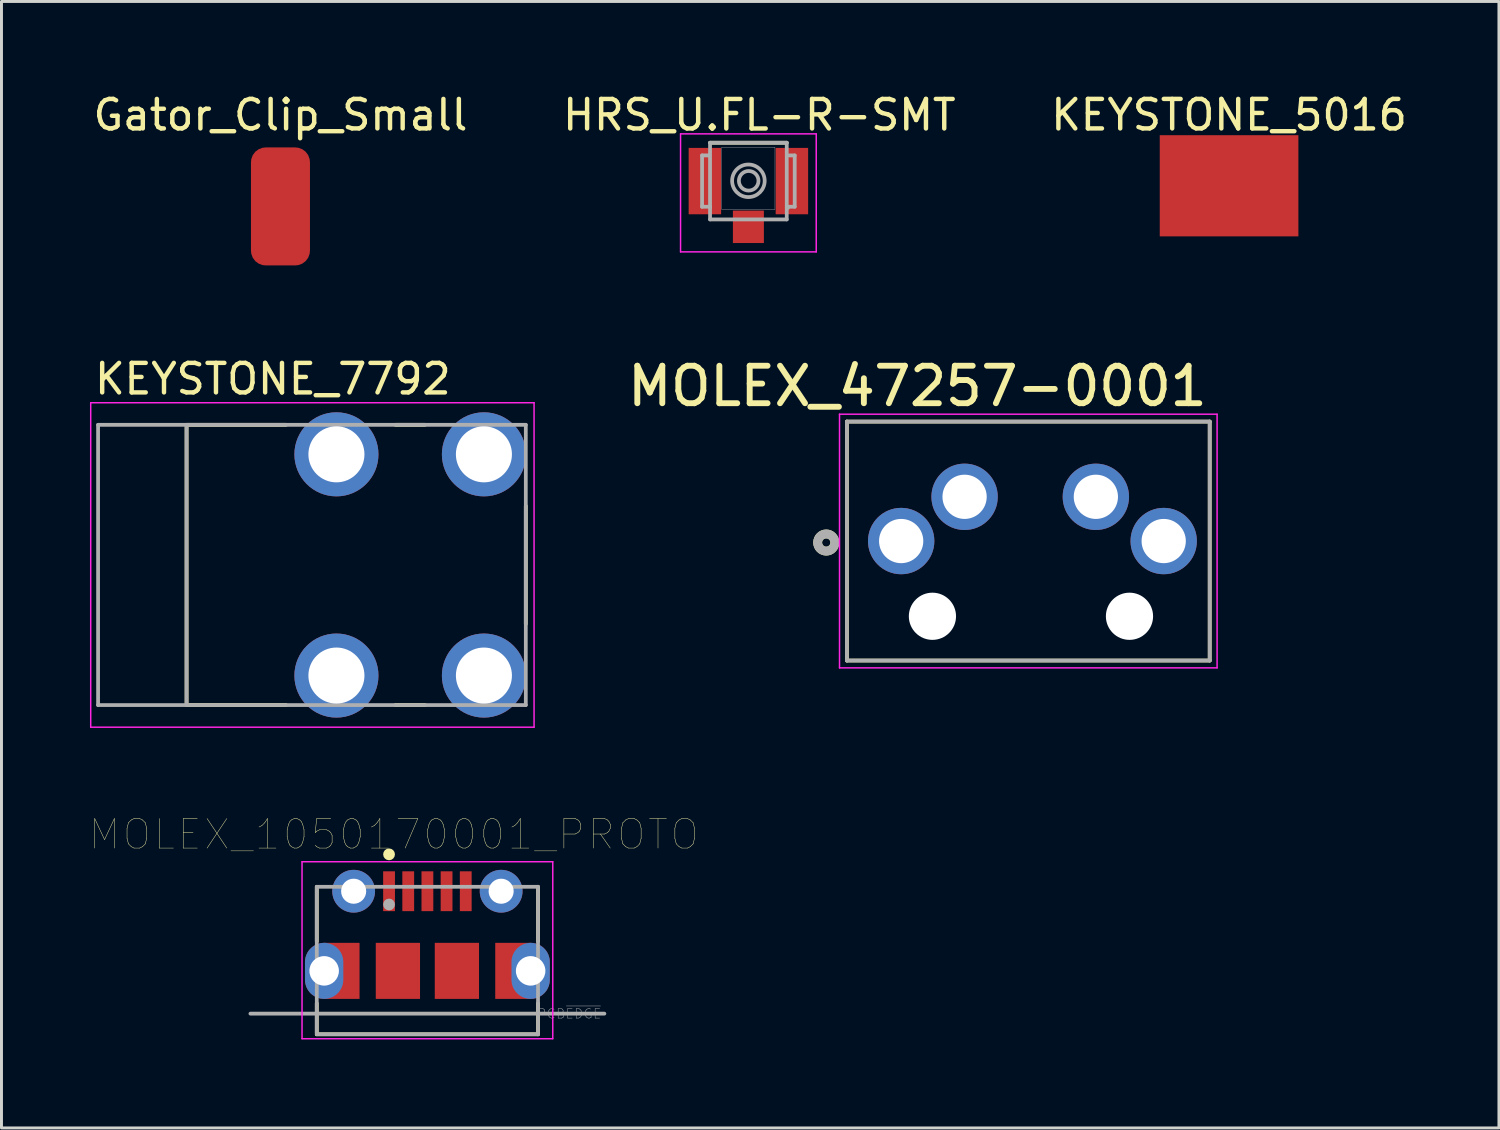
<source format=kicad_pcb>
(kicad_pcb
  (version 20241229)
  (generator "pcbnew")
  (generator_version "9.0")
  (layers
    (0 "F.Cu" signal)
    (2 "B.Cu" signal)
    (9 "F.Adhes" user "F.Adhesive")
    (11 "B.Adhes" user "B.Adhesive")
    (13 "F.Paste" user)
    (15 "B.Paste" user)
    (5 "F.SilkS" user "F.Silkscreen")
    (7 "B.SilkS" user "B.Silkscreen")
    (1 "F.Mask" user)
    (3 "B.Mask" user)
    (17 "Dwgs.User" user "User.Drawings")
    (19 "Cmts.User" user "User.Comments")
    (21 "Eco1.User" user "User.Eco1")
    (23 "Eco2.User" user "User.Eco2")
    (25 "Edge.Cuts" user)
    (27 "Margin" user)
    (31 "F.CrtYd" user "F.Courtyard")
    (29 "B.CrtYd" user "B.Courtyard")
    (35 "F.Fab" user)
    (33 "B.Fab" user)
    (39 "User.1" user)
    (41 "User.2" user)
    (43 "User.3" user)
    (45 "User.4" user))
  (footprint "MOLEX_47257-0001"
    (layer "F.Cu")
    (at 27.5 15.292)
    (property "Reference" "MOLEX_47257-0001" (at 0.55 -5.25 0) (layer "F.SilkS") (effects (font (size 1.27 1.27) (thickness 0.2))))
    (attr through_hole)
    (fp_line (start -1.84 -4.05) (end -1.84 4.05) (stroke (width 0.127) (type solid)) (layer "F.SilkS"))
    (fp_line (start -1.84 4.05) (end 10.46 4.05) (stroke (width 0.127) (type solid)) (layer "F.SilkS"))
    (fp_line (start 10.46 -4.05) (end -1.84 -4.05) (stroke (width 0.127) (type solid)) (layer "F.SilkS"))
    (fp_line (start 10.46 4.05) (end 10.46 -4.05) (stroke (width 0.127) (type solid)) (layer "F.SilkS"))
    (fp_circle (center -2.54 0.05) (end -2.399 0.05) (stroke (width 0.3) (type solid)) (fill no) (layer "F.SilkS"))
    (fp_line (start -2.09 -4.3) (end 10.71 -4.3) (stroke (width 0.05) (type solid)) (layer "F.CrtYd"))
    (fp_line (start -2.09 4.3) (end -2.09 -4.3) (stroke (width 0.05) (type solid)) (layer "F.CrtYd"))
    (fp_line (start 10.71 -4.3) (end 10.71 4.3) (stroke (width 0.05) (type solid)) (layer "F.CrtYd"))
    (fp_line (start 10.71 4.3) (end -2.09 4.3) (stroke (width 0.05) (type solid)) (layer "F.CrtYd"))
    (fp_line (start -1.84 -4.05) (end -1.84 4.05) (stroke (width 0.127) (type solid)) (layer "F.Fab"))
    (fp_line (start -1.84 4.05) (end 10.46 4.05) (stroke (width 0.127) (type solid)) (layer "F.Fab"))
    (fp_line (start 10.46 -4.05) (end -1.84 -4.05) (stroke (width 0.127) (type solid)) (layer "F.Fab"))
    (fp_line (start 10.46 4.05) (end 10.46 -4.05) (stroke (width 0.127) (type solid)) (layer "F.Fab"))
    (fp_circle (center -2.54 0.05) (end -2.399 0.05) (stroke (width 0.3) (type solid)) (fill no) (layer "F.Fab"))
    (pad "" np_thru_hole circle (at 1.06 2.55) (size 1.6 1.6) (drill 1.6) (layers "*.Cu" "*.Mask"))
    (pad "" np_thru_hole circle (at 7.74 2.55) (size 1.6 1.6) (drill 1.6) (layers "*.Cu" "*.Mask"))
    (pad "1" thru_hole circle (at 0 0) (size 2.25 2.25) (drill 1.5) (layers "*.Cu" "*.Mask"))
    (pad "2" thru_hole circle (at 8.9 0) (size 2.25 2.25) (drill 1.5) (layers "*.Cu" "*.Mask"))
    (pad "3" thru_hole circle (at 2.15 -1.5) (size 2.25 2.25) (drill 1.5) (layers "*.Cu" "*.Mask"))
    (pad "4" thru_hole circle (at 6.6 -1.5) (size 2.25 2.25) (drill 1.5) (layers "*.Cu" "*.Mask")))
  (footprint "HRS_U.FL-R-SMT"
    (layer "F.Cu")
    (at 22.321 3.089)
    (property "Reference" "HRS_U.FL-R-SMT" (at 0.371 -2.24 0) (layer "F.SilkS") (effects (font (size 1.001 1.001) (thickness 0.15))))
    (attr through_hole)
    (fp_line (start 1.3 -1.3) (end -1.3 -1.3) (stroke (width 0.127) (type solid)) (layer "F.SilkS"))
    (fp_poly (pts (xy -0.903 -1.15) (xy 0.9 -1.15) (xy 0.9 0.963) (xy -0.903 0.963)) (stroke (width 0.01) (type solid)) (fill no) (layer "Dwgs.User"))
    (fp_line (start -2.3 -1.6) (end -2.3 2.4) (stroke (width 0.05) (type solid)) (layer "F.CrtYd"))
    (fp_line (start -2.3 2.4) (end 2.3 2.4) (stroke (width 0.05) (type solid)) (layer "F.CrtYd"))
    (fp_line (start 2.3 -1.6) (end -2.3 -1.6) (stroke (width 0.05) (type solid)) (layer "F.CrtYd"))
    (fp_line (start 2.3 2.4) (end 2.3 -1.6) (stroke (width 0.05) (type solid)) (layer "F.CrtYd"))
    (fp_line (start -1.57 -0.87) (end -1.57 0.87) (stroke (width 0.127) (type solid)) (layer "F.Fab"))
    (fp_line (start -1.57 -0.87) (end -1.33 -0.87) (stroke (width 0.127) (type solid)) (layer "F.Fab"))
    (fp_line (start -1.57 0.87) (end -1.3 0.87) (stroke (width 0.127) (type solid)) (layer "F.Fab"))
    (fp_line (start -1.33 -0.87) (end -1.33 -0.88) (stroke (width 0.127) (type solid)) (layer "F.Fab"))
    (fp_line (start -1.3 -1.3) (end 1.3 -1.3) (stroke (width 0.127) (type solid)) (layer "F.Fab"))
    (fp_line (start -1.3 0.87) (end -1.3 -1.3) (stroke (width 0.127) (type solid)) (layer "F.Fab"))
    (fp_line (start -1.3 1.3) (end -1.3 0.87) (stroke (width 0.127) (type solid)) (layer "F.Fab"))
    (fp_line (start -1.3 1.3) (end 1.3 1.3) (stroke (width 0.127) (type solid)) (layer "F.Fab"))
    (fp_line (start 1.3 -1.3) (end 1.3 1.3) (stroke (width 0.127) (type solid)) (layer "F.Fab"))
    (fp_line (start 1.34 0.9) (end 1.34 0.91) (stroke (width 0.127) (type solid)) (layer "F.Fab"))
    (fp_line (start 1.38 -0.87) (end 1.57 -0.87) (stroke (width 0.127) (type solid)) (layer "F.Fab"))
    (fp_line (start 1.57 -0.87) (end 1.57 0.87) (stroke (width 0.127) (type solid)) (layer "F.Fab"))
    (fp_line (start 1.57 0.87) (end 1.34 0.87) (stroke (width 0.127) (type solid)) (layer "F.Fab"))
    (fp_circle (center 0 -0.01) (end 0.552 -0.01) (stroke (width 0.127) (type solid)) (fill no) (layer "F.Fab"))
    (fp_circle (center 0.01 -0.01) (end 0.342 -0.01) (stroke (width 0.127) (type solid)) (fill no) (layer "F.Fab"))
    (pad "1" smd rect (at -1.475 0) (size 1.1 2.25) (layers "F.Cu" "F.Mask" "F.Paste"))
    (pad "1" smd rect (at 1.475 0) (size 1.1 2.25) (layers "F.Cu" "F.Mask" "F.Paste"))
    (pad "3" smd rect (at 0 1.55) (size 1.05 1.1) (layers "F.Cu" "F.Mask" "F.Paste")))
  (footprint "Gator_Clip_Small"
    (layer "F.Cu")
    (at 6.458 3.948)
    (property "Reference" "Gator_Clip_Small" (at 0 -3.1 0) (layer "F.SilkS") (effects (font (size 1 1) (thickness 0.15))))
    (attr through_hole)
    (pad "1" smd roundrect (at 0 0) (size 2 4) (layers "F.Cu" "F.Mask" "F.Paste") (roundrect_rratio 0.25)))
  (footprint "KEYSTONE_5016"
    (layer "F.Cu")
    (at 38.616 3.248)
    (property "Reference" "KEYSTONE_5016" (at 0 -2.4 0) (layer "F.SilkS") (effects (font (size 1 1) (thickness 0.15))))
    (attr through_hole)
    (pad "1" smd rect (at 0 0) (size 4.7 3.43) (layers "F.Cu" "F.Mask" "F.Paste")))
  (footprint "KEYSTONE_7792"
    (layer "F.Cu")
    (at 10.855 16.102)
    (property "Reference" "KEYSTONE_7792" (at -4.655 -6.305 0) (layer "F.SilkS") (effects (font (size 1 1) (thickness 0.15))))
    (attr through_hole)
    (fp_line (start -7.58 -4.75) (end -7.58 4.75) (stroke (width 0.127) (type solid)) (layer "F.SilkS"))
    (fp_line (start -7.58 4.75) (end -4.21 4.75) (stroke (width 0.127) (type solid)) (layer "F.SilkS"))
    (fp_line (start -4.21 -4.75) (end -7.58 -4.75) (stroke (width 0.127) (type solid)) (layer "F.SilkS"))
    (fp_line (start 0.5 -4.75) (end -0.5 -4.75) (stroke (width 0.127) (type solid)) (layer "F.SilkS"))
    (fp_line (start 0.5 4.75) (end -0.5 4.75) (stroke (width 0.127) (type solid)) (layer "F.SilkS"))
    (fp_line (start 3.92 -2) (end 3.92 2) (stroke (width 0.127) (type solid)) (layer "F.SilkS"))
    (fp_line (start -10.83 -5.5) (end -10.83 5.5) (stroke (width 0.05) (type solid)) (layer "F.CrtYd"))
    (fp_line (start -10.83 5.5) (end 4.2 5.5) (stroke (width 0.05) (type solid)) (layer "F.CrtYd"))
    (fp_line (start 4.2 -5.5) (end -10.83 -5.5) (stroke (width 0.05) (type solid)) (layer "F.CrtYd"))
    (fp_line (start 4.2 5.5) (end 4.2 -5.5) (stroke (width 0.05) (type solid)) (layer "F.CrtYd"))
    (fp_line (start -10.58 -4.75) (end -10.58 4.75) (stroke (width 0.127) (type solid)) (layer "F.Fab"))
    (fp_line (start -10.58 4.75) (end -7.58 4.75) (stroke (width 0.127) (type solid)) (layer "F.Fab"))
    (fp_line (start -7.58 -4.75) (end -10.58 -4.75) (stroke (width 0.127) (type solid)) (layer "F.Fab"))
    (fp_line (start -7.58 -4.75) (end -7.58 4.75) (stroke (width 0.127) (type solid)) (layer "F.Fab"))
    (fp_line (start -7.58 4.75) (end 3.92 4.75) (stroke (width 0.127) (type solid)) (layer "F.Fab"))
    (fp_line (start 3.92 -4.75) (end -7.58 -4.75) (stroke (width 0.127) (type solid)) (layer "F.Fab"))
    (fp_line (start 3.92 4.75) (end 3.92 -4.75) (stroke (width 0.127) (type solid)) (layer "F.Fab"))
    (pad "1" thru_hole circle (at -2.5 -3.75) (size 2.85 2.85) (drill 1.9) (layers "*.Cu" "*.Mask"))
    (pad "2" thru_hole circle (at 2.5 -3.75) (size 2.85 2.85) (drill 1.9) (layers "*.Cu" "*.Mask"))
    (pad "3" thru_hole circle (at -2.5 3.75) (size 2.85 2.85) (drill 1.9) (layers "*.Cu" "*.Mask"))
    (pad "4" thru_hole circle (at 2.5 3.75) (size 2.85 2.85) (drill 1.9) (layers "*.Cu" "*.Mask")))
  (footprint "MOLEX_1050170001_PROTO"
    (layer "F.Cu")
    (at 11.439 29.513)
    (property "Reference" "MOLEX_1050170001_PROTO" (at -1.135 -4.275 0) (layer "F.SilkS") (effects (font (size 1 1) (thickness 0.015))))
    (attr through_hole)
    (fp_line (start -3.75 -0.65) (end -3.75 -2.5) (stroke (width 0.127) (type solid)) (layer "F.SilkS"))
    (fp_line (start -3.75 2.5) (end -3.75 1.45) (stroke (width 0.127) (type solid)) (layer "F.SilkS"))
    (fp_line (start 3.75 -2.5) (end 3.75 -0.65) (stroke (width 0.127) (type solid)) (layer "F.SilkS"))
    (fp_line (start 3.75 1.45) (end 3.75 2.5) (stroke (width 0.127) (type solid)) (layer "F.SilkS"))
    (fp_line (start 3.75 2.5) (end -3.75 2.5) (stroke (width 0.127) (type solid)) (layer "F.SilkS"))
    (fp_circle (center -1.3 -3.6) (end -1.2 -3.6) (stroke (width 0.2) (type solid)) (fill no) (layer "F.SilkS"))
    (fp_line (start -4.25 -3.35) (end -4.25 2.65) (stroke (width 0.05) (type solid)) (layer "F.CrtYd"))
    (fp_line (start -4.25 2.65) (end 4.25 2.65) (stroke (width 0.05) (type solid)) (layer "F.CrtYd"))
    (fp_line (start 4.25 -3.35) (end -4.25 -3.35) (stroke (width 0.05) (type solid)) (layer "F.CrtYd"))
    (fp_line (start 4.25 2.65) (end 4.25 -3.35) (stroke (width 0.05) (type solid)) (layer "F.CrtYd"))
    (fp_line (start -3.75 -2.5) (end 3.75 -2.5) (stroke (width 0.127) (type solid)) (layer "F.Fab"))
    (fp_line (start -3.75 1.8) (end -6 1.8) (stroke (width 0.127) (type solid)) (layer "F.Fab"))
    (fp_line (start -3.75 1.8) (end -3.75 -2.5) (stroke (width 0.127) (type solid)) (layer "F.Fab"))
    (fp_line (start -3.75 2.45) (end -3.75 1.8) (stroke (width 0.127) (type solid)) (layer "F.Fab"))
    (fp_line (start 3.75 -2.5) (end 3.75 1.8) (stroke (width 0.127) (type solid)) (layer "F.Fab"))
    (fp_line (start 3.75 1.8) (end -3.75 1.8) (stroke (width 0.127) (type solid)) (layer "F.Fab"))
    (fp_line (start 3.75 1.8) (end 6 1.8) (stroke (width 0.127) (type solid)) (layer "F.Fab"))
    (fp_line (start 3.75 2.5) (end -3.75 2.5) (stroke (width 0.127) (type solid)) (layer "F.Fab"))
    (fp_line (start 3.75 2.5) (end 3.75 1.8) (stroke (width 0.127) (type solid)) (layer "F.Fab"))
    (fp_circle (center -1.3 -1.9) (end -1.2 -1.9) (stroke (width 0.2) (type solid)) (fill no) (layer "F.Fab"))
    (fp_text user "PCB~{EDGE}" (at 4.808 1.803 0) (layer "F.Fab") (effects (font (size 0.321 0.321) (thickness 0.015))))
    (pad "1" smd rect (at -1.3 -2.35) (size 0.4 1.35) (layers "F.Cu" "F.Mask" "F.Paste"))
    (pad "2" smd rect (at -0.65 -2.35) (size 0.4 1.35) (layers "F.Cu" "F.Mask" "F.Paste"))
    (pad "3" smd rect (at 0 -2.35) (size 0.4 1.35) (layers "F.Cu" "F.Mask" "F.Paste"))
    (pad "4" smd rect (at 0.65 -2.35) (size 0.4 1.35) (layers "F.Cu" "F.Mask" "F.Paste"))
    (pad "5" smd rect (at 1.3 -2.35) (size 0.4 1.35) (layers "F.Cu" "F.Mask" "F.Paste"))
    (pad "SH1" thru_hole circle (at -2.5 -2.35) (size 1.45 1.45) (drill 0.85) (layers "*.Cu" "*.Mask"))
    (pad "SH2" thru_hole circle (at 2.5 -2.35) (size 1.45 1.45) (drill 0.85) (layers "*.Cu" "*.Mask"))
    (pad "SH3" thru_hole oval (at -3.5 0.35) (size 1.3 1.9) (drill 1) (layers "*.Cu" "*.Mask"))
    (pad "SH4" smd rect (at -2.9 0.35) (size 1.2 1.9) (layers "F.Cu" "F.Mask" "F.Paste"))
    (pad "SH5" smd rect (at -1 0.35) (size 1.5 1.9) (layers "F.Cu" "F.Mask" "F.Paste"))
    (pad "SH6" smd rect (at 1 0.35) (size 1.5 1.9) (layers "F.Cu" "F.Mask" "F.Paste"))
    (pad "SH7" smd rect (at 2.9 0.35) (size 1.2 1.9) (layers "F.Cu" "F.Mask" "F.Paste"))
    (pad "SH8" thru_hole oval (at 3.5 0.35) (size 1.3 1.9) (drill 1) (layers "*.Cu" "*.Mask")))
  (gr_rect
    (start -3 -3)
    (end 47.765 35.188)
    (stroke (width 0.1) (type default))
    (fill no)
    (layer "Edge.Cuts")))
</source>
